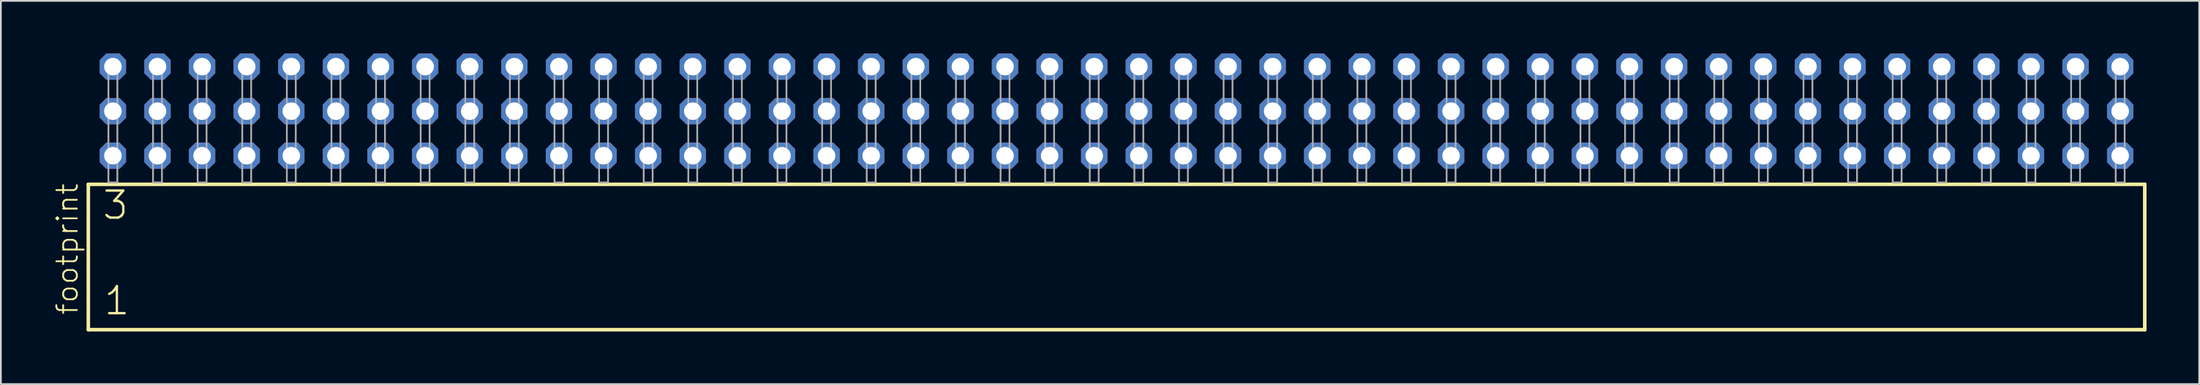
<source format=kicad_pcb>
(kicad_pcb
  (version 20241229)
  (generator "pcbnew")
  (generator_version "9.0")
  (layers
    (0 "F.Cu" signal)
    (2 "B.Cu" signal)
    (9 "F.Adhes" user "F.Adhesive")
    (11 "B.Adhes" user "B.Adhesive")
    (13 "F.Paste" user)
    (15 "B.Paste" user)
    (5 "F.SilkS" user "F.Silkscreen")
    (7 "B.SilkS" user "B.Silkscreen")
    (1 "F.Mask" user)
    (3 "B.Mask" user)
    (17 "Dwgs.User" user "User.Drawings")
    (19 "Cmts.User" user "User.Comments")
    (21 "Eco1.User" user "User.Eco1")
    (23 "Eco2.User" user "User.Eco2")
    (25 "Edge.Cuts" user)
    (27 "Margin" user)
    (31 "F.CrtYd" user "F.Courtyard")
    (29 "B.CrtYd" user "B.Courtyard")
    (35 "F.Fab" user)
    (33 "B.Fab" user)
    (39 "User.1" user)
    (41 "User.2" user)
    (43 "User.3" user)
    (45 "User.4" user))
  (footprint "footprint"
    (layer "F.Cu")
    (at 60.528 7.354)
    (property "Reference" "footprint" (at -59.055 7.62 90) (layer "F.SilkS") (effects (font (size 1.168 1.168) (thickness 0.102)) (justify left bottom)))
    (fp_line (start -58.549 0.106) (end -58.549 8.396) (stroke (width 0.203) (type solid)) (layer "F.SilkS"))
    (fp_line (start -58.549 8.396) (end 58.549 8.396) (stroke (width 0.203) (type solid)) (layer "F.SilkS"))
    (fp_line (start 58.549 0.106) (end -58.549 0.106) (stroke (width 0.203) (type solid)) (layer "F.SilkS"))
    (fp_line (start 58.549 8.396) (end 58.549 0.106) (stroke (width 0.203) (type solid)) (layer "F.SilkS"))
    (fp_poly (pts (xy -57.404 0) (xy -56.896 0) (xy -56.896 -6.858) (xy -57.404 -6.858)) (stroke (width 0.1) (type solid)) (fill no) (layer "F.Fab"))
    (fp_poly (pts (xy -54.864 0) (xy -54.356 0) (xy -54.356 -6.858) (xy -54.864 -6.858)) (stroke (width 0.1) (type solid)) (fill no) (layer "F.Fab"))
    (fp_poly (pts (xy -52.324 0) (xy -51.816 0) (xy -51.816 -6.858) (xy -52.324 -6.858)) (stroke (width 0.1) (type solid)) (fill no) (layer "F.Fab"))
    (fp_poly (pts (xy -49.784 0) (xy -49.276 0) (xy -49.276 -6.858) (xy -49.784 -6.858)) (stroke (width 0.1) (type solid)) (fill no) (layer "F.Fab"))
    (fp_poly (pts (xy -47.244 0) (xy -46.736 0) (xy -46.736 -6.858) (xy -47.244 -6.858)) (stroke (width 0.1) (type solid)) (fill no) (layer "F.Fab"))
    (fp_poly (pts (xy -44.704 0) (xy -44.196 0) (xy -44.196 -6.858) (xy -44.704 -6.858)) (stroke (width 0.1) (type solid)) (fill no) (layer "F.Fab"))
    (fp_poly (pts (xy -42.164 0) (xy -41.656 0) (xy -41.656 -6.858) (xy -42.164 -6.858)) (stroke (width 0.1) (type solid)) (fill no) (layer "F.Fab"))
    (fp_poly (pts (xy -39.624 0) (xy -39.116 0) (xy -39.116 -6.858) (xy -39.624 -6.858)) (stroke (width 0.1) (type solid)) (fill no) (layer "F.Fab"))
    (fp_poly (pts (xy -37.084 0) (xy -36.576 0) (xy -36.576 -6.858) (xy -37.084 -6.858)) (stroke (width 0.1) (type solid)) (fill no) (layer "F.Fab"))
    (fp_poly (pts (xy -34.544 0) (xy -34.036 0) (xy -34.036 -6.858) (xy -34.544 -6.858)) (stroke (width 0.1) (type solid)) (fill no) (layer "F.Fab"))
    (fp_poly (pts (xy -32.004 0) (xy -31.496 0) (xy -31.496 -6.858) (xy -32.004 -6.858)) (stroke (width 0.1) (type solid)) (fill no) (layer "F.Fab"))
    (fp_poly (pts (xy -29.464 0) (xy -28.956 0) (xy -28.956 -6.858) (xy -29.464 -6.858)) (stroke (width 0.1) (type solid)) (fill no) (layer "F.Fab"))
    (fp_poly (pts (xy -26.924 0) (xy -26.416 0) (xy -26.416 -6.858) (xy -26.924 -6.858)) (stroke (width 0.1) (type solid)) (fill no) (layer "F.Fab"))
    (fp_poly (pts (xy -24.384 0) (xy -23.876 0) (xy -23.876 -6.858) (xy -24.384 -6.858)) (stroke (width 0.1) (type solid)) (fill no) (layer "F.Fab"))
    (fp_poly (pts (xy -21.844 0) (xy -21.336 0) (xy -21.336 -6.858) (xy -21.844 -6.858)) (stroke (width 0.1) (type solid)) (fill no) (layer "F.Fab"))
    (fp_poly (pts (xy -19.304 0) (xy -18.796 0) (xy -18.796 -6.858) (xy -19.304 -6.858)) (stroke (width 0.1) (type solid)) (fill no) (layer "F.Fab"))
    (fp_poly (pts (xy -16.764 0) (xy -16.256 0) (xy -16.256 -6.858) (xy -16.764 -6.858)) (stroke (width 0.1) (type solid)) (fill no) (layer "F.Fab"))
    (fp_poly (pts (xy -14.224 0) (xy -13.716 0) (xy -13.716 -6.858) (xy -14.224 -6.858)) (stroke (width 0.1) (type solid)) (fill no) (layer "F.Fab"))
    (fp_poly (pts (xy -11.684 0) (xy -11.176 0) (xy -11.176 -6.858) (xy -11.684 -6.858)) (stroke (width 0.1) (type solid)) (fill no) (layer "F.Fab"))
    (fp_poly (pts (xy -9.144 0) (xy -8.636 0) (xy -8.636 -6.858) (xy -9.144 -6.858)) (stroke (width 0.1) (type solid)) (fill no) (layer "F.Fab"))
    (fp_poly (pts (xy -6.604 0) (xy -6.096 0) (xy -6.096 -6.858) (xy -6.604 -6.858)) (stroke (width 0.1) (type solid)) (fill no) (layer "F.Fab"))
    (fp_poly (pts (xy -4.064 0) (xy -3.556 0) (xy -3.556 -6.858) (xy -4.064 -6.858)) (stroke (width 0.1) (type solid)) (fill no) (layer "F.Fab"))
    (fp_poly (pts (xy -1.524 0) (xy -1.016 0) (xy -1.016 -6.858) (xy -1.524 -6.858)) (stroke (width 0.1) (type solid)) (fill no) (layer "F.Fab"))
    (fp_poly (pts (xy 1.016 0) (xy 1.524 0) (xy 1.524 -6.858) (xy 1.016 -6.858)) (stroke (width 0.1) (type solid)) (fill no) (layer "F.Fab"))
    (fp_poly (pts (xy 3.556 0) (xy 4.064 0) (xy 4.064 -6.858) (xy 3.556 -6.858)) (stroke (width 0.1) (type solid)) (fill no) (layer "F.Fab"))
    (fp_poly (pts (xy 6.096 0) (xy 6.604 0) (xy 6.604 -6.858) (xy 6.096 -6.858)) (stroke (width 0.1) (type solid)) (fill no) (layer "F.Fab"))
    (fp_poly (pts (xy 8.636 0) (xy 9.144 0) (xy 9.144 -6.858) (xy 8.636 -6.858)) (stroke (width 0.1) (type solid)) (fill no) (layer "F.Fab"))
    (fp_poly (pts (xy 11.176 0) (xy 11.684 0) (xy 11.684 -6.858) (xy 11.176 -6.858)) (stroke (width 0.1) (type solid)) (fill no) (layer "F.Fab"))
    (fp_poly (pts (xy 13.716 0) (xy 14.224 0) (xy 14.224 -6.858) (xy 13.716 -6.858)) (stroke (width 0.1) (type solid)) (fill no) (layer "F.Fab"))
    (fp_poly (pts (xy 16.256 0) (xy 16.764 0) (xy 16.764 -6.858) (xy 16.256 -6.858)) (stroke (width 0.1) (type solid)) (fill no) (layer "F.Fab"))
    (fp_poly (pts (xy 18.796 0) (xy 19.304 0) (xy 19.304 -6.858) (xy 18.796 -6.858)) (stroke (width 0.1) (type solid)) (fill no) (layer "F.Fab"))
    (fp_poly (pts (xy 21.336 0) (xy 21.844 0) (xy 21.844 -6.858) (xy 21.336 -6.858)) (stroke (width 0.1) (type solid)) (fill no) (layer "F.Fab"))
    (fp_poly (pts (xy 23.876 0) (xy 24.384 0) (xy 24.384 -6.858) (xy 23.876 -6.858)) (stroke (width 0.1) (type solid)) (fill no) (layer "F.Fab"))
    (fp_poly (pts (xy 26.416 0) (xy 26.924 0) (xy 26.924 -6.858) (xy 26.416 -6.858)) (stroke (width 0.1) (type solid)) (fill no) (layer "F.Fab"))
    (fp_poly (pts (xy 28.956 0) (xy 29.464 0) (xy 29.464 -6.858) (xy 28.956 -6.858)) (stroke (width 0.1) (type solid)) (fill no) (layer "F.Fab"))
    (fp_poly (pts (xy 31.496 0) (xy 32.004 0) (xy 32.004 -6.858) (xy 31.496 -6.858)) (stroke (width 0.1) (type solid)) (fill no) (layer "F.Fab"))
    (fp_poly (pts (xy 34.036 0) (xy 34.544 0) (xy 34.544 -6.858) (xy 34.036 -6.858)) (stroke (width 0.1) (type solid)) (fill no) (layer "F.Fab"))
    (fp_poly (pts (xy 36.576 0) (xy 37.084 0) (xy 37.084 -6.858) (xy 36.576 -6.858)) (stroke (width 0.1) (type solid)) (fill no) (layer "F.Fab"))
    (fp_poly (pts (xy 39.116 0) (xy 39.624 0) (xy 39.624 -6.858) (xy 39.116 -6.858)) (stroke (width 0.1) (type solid)) (fill no) (layer "F.Fab"))
    (fp_poly (pts (xy 41.656 0) (xy 42.164 0) (xy 42.164 -6.858) (xy 41.656 -6.858)) (stroke (width 0.1) (type solid)) (fill no) (layer "F.Fab"))
    (fp_poly (pts (xy 44.196 0) (xy 44.704 0) (xy 44.704 -6.858) (xy 44.196 -6.858)) (stroke (width 0.1) (type solid)) (fill no) (layer "F.Fab"))
    (fp_poly (pts (xy 46.736 0) (xy 47.244 0) (xy 47.244 -6.858) (xy 46.736 -6.858)) (stroke (width 0.1) (type solid)) (fill no) (layer "F.Fab"))
    (fp_poly (pts (xy 49.276 0) (xy 49.784 0) (xy 49.784 -6.858) (xy 49.276 -6.858)) (stroke (width 0.1) (type solid)) (fill no) (layer "F.Fab"))
    (fp_poly (pts (xy 51.816 0) (xy 52.324 0) (xy 52.324 -6.858) (xy 51.816 -6.858)) (stroke (width 0.1) (type solid)) (fill no) (layer "F.Fab"))
    (fp_poly (pts (xy 54.356 0) (xy 54.864 0) (xy 54.864 -6.858) (xy 54.356 -6.858)) (stroke (width 0.1) (type solid)) (fill no) (layer "F.Fab"))
    (fp_poly (pts (xy 56.896 0) (xy 57.404 0) (xy 57.404 -6.858) (xy 56.896 -6.858)) (stroke (width 0.1) (type solid)) (fill no) (layer "F.Fab"))
    (fp_text user "3" (at -57.82 2.2 0) (layer "F.SilkS") (effects (font (size 1.542 1.542) (thickness 0.134)) (justify left bottom)))
    (fp_text user "1" (at -57.745 7.65 0) (layer "F.SilkS") (effects (font (size 1.542 1.542) (thickness 0.134)) (justify left bottom)))
    (pad "1" thru_hole roundrect (at -57.15 -1.524) (size 1.5 1.5) (drill 1) (layers "*.Cu" "*.Mask") (roundrect_rratio 0.25) (chamfer_ratio 0.25) (chamfer top_left top_right bottom_left bottom_right))
    (pad "2" thru_hole roundrect (at -57.15 -4.064) (size 1.5 1.5) (drill 1) (layers "*.Cu" "*.Mask") (roundrect_rratio 0.25) (chamfer_ratio 0.25) (chamfer top_left top_right bottom_left bottom_right))
    (pad "3" thru_hole roundrect (at -57.15 -6.604) (size 1.5 1.5) (drill 1) (layers "*.Cu" "*.Mask") (roundrect_rratio 0.25) (chamfer_ratio 0.25) (chamfer top_left top_right bottom_left bottom_right))
    (pad "4" thru_hole roundrect (at -54.61 -1.524) (size 1.5 1.5) (drill 1) (layers "*.Cu" "*.Mask") (roundrect_rratio 0.25) (chamfer_ratio 0.25) (chamfer top_left top_right bottom_left bottom_right))
    (pad "5" thru_hole roundrect (at -54.61 -4.064) (size 1.5 1.5) (drill 1) (layers "*.Cu" "*.Mask") (roundrect_rratio 0.25) (chamfer_ratio 0.25) (chamfer top_left top_right bottom_left bottom_right))
    (pad "6" thru_hole roundrect (at -54.61 -6.604) (size 1.5 1.5) (drill 1) (layers "*.Cu" "*.Mask") (roundrect_rratio 0.25) (chamfer_ratio 0.25) (chamfer top_left top_right bottom_left bottom_right))
    (pad "7" thru_hole roundrect (at -52.07 -1.524) (size 1.5 1.5) (drill 1) (layers "*.Cu" "*.Mask") (roundrect_rratio 0.25) (chamfer_ratio 0.25) (chamfer top_left top_right bottom_left bottom_right))
    (pad "8" thru_hole roundrect (at -52.07 -4.064) (size 1.5 1.5) (drill 1) (layers "*.Cu" "*.Mask") (roundrect_rratio 0.25) (chamfer_ratio 0.25) (chamfer top_left top_right bottom_left bottom_right))
    (pad "9" thru_hole roundrect (at -52.07 -6.604) (size 1.5 1.5) (drill 1) (layers "*.Cu" "*.Mask") (roundrect_rratio 0.25) (chamfer_ratio 0.25) (chamfer top_left top_right bottom_left bottom_right))
    (pad "10" thru_hole roundrect (at -49.53 -1.524) (size 1.5 1.5) (drill 1) (layers "*.Cu" "*.Mask") (roundrect_rratio 0.25) (chamfer_ratio 0.25) (chamfer top_left top_right bottom_left bottom_right))
    (pad "11" thru_hole roundrect (at -49.53 -4.064) (size 1.5 1.5) (drill 1) (layers "*.Cu" "*.Mask") (roundrect_rratio 0.25) (chamfer_ratio 0.25) (chamfer top_left top_right bottom_left bottom_right))
    (pad "12" thru_hole roundrect (at -49.53 -6.604) (size 1.5 1.5) (drill 1) (layers "*.Cu" "*.Mask") (roundrect_rratio 0.25) (chamfer_ratio 0.25) (chamfer top_left top_right bottom_left bottom_right))
    (pad "13" thru_hole roundrect (at -46.99 -1.524) (size 1.5 1.5) (drill 1) (layers "*.Cu" "*.Mask") (roundrect_rratio 0.25) (chamfer_ratio 0.25) (chamfer top_left top_right bottom_left bottom_right))
    (pad "14" thru_hole roundrect (at -46.99 -4.064) (size 1.5 1.5) (drill 1) (layers "*.Cu" "*.Mask") (roundrect_rratio 0.25) (chamfer_ratio 0.25) (chamfer top_left top_right bottom_left bottom_right))
    (pad "15" thru_hole roundrect (at -46.99 -6.604) (size 1.5 1.5) (drill 1) (layers "*.Cu" "*.Mask") (roundrect_rratio 0.25) (chamfer_ratio 0.25) (chamfer top_left top_right bottom_left bottom_right))
    (pad "16" thru_hole roundrect (at -44.45 -1.524) (size 1.5 1.5) (drill 1) (layers "*.Cu" "*.Mask") (roundrect_rratio 0.25) (chamfer_ratio 0.25) (chamfer top_left top_right bottom_left bottom_right))
    (pad "17" thru_hole roundrect (at -44.45 -4.064) (size 1.5 1.5) (drill 1) (layers "*.Cu" "*.Mask") (roundrect_rratio 0.25) (chamfer_ratio 0.25) (chamfer top_left top_right bottom_left bottom_right))
    (pad "18" thru_hole roundrect (at -44.45 -6.604) (size 1.5 1.5) (drill 1) (layers "*.Cu" "*.Mask") (roundrect_rratio 0.25) (chamfer_ratio 0.25) (chamfer top_left top_right bottom_left bottom_right))
    (pad "19" thru_hole roundrect (at -41.91 -1.524) (size 1.5 1.5) (drill 1) (layers "*.Cu" "*.Mask") (roundrect_rratio 0.25) (chamfer_ratio 0.25) (chamfer top_left top_right bottom_left bottom_right))
    (pad "20" thru_hole roundrect (at -41.91 -4.064) (size 1.5 1.5) (drill 1) (layers "*.Cu" "*.Mask") (roundrect_rratio 0.25) (chamfer_ratio 0.25) (chamfer top_left top_right bottom_left bottom_right))
    (pad "21" thru_hole roundrect (at -41.91 -6.604) (size 1.5 1.5) (drill 1) (layers "*.Cu" "*.Mask") (roundrect_rratio 0.25) (chamfer_ratio 0.25) (chamfer top_left top_right bottom_left bottom_right))
    (pad "22" thru_hole roundrect (at -39.37 -1.524) (size 1.5 1.5) (drill 1) (layers "*.Cu" "*.Mask") (roundrect_rratio 0.25) (chamfer_ratio 0.25) (chamfer top_left top_right bottom_left bottom_right))
    (pad "23" thru_hole roundrect (at -39.37 -4.064) (size 1.5 1.5) (drill 1) (layers "*.Cu" "*.Mask") (roundrect_rratio 0.25) (chamfer_ratio 0.25) (chamfer top_left top_right bottom_left bottom_right))
    (pad "24" thru_hole roundrect (at -39.37 -6.604) (size 1.5 1.5) (drill 1) (layers "*.Cu" "*.Mask") (roundrect_rratio 0.25) (chamfer_ratio 0.25) (chamfer top_left top_right bottom_left bottom_right))
    (pad "25" thru_hole roundrect (at -36.83 -1.524) (size 1.5 1.5) (drill 1) (layers "*.Cu" "*.Mask") (roundrect_rratio 0.25) (chamfer_ratio 0.25) (chamfer top_left top_right bottom_left bottom_right))
    (pad "26" thru_hole roundrect (at -36.83 -4.064) (size 1.5 1.5) (drill 1) (layers "*.Cu" "*.Mask") (roundrect_rratio 0.25) (chamfer_ratio 0.25) (chamfer top_left top_right bottom_left bottom_right))
    (pad "27" thru_hole roundrect (at -36.83 -6.604) (size 1.5 1.5) (drill 1) (layers "*.Cu" "*.Mask") (roundrect_rratio 0.25) (chamfer_ratio 0.25) (chamfer top_left top_right bottom_left bottom_right))
    (pad "28" thru_hole roundrect (at -34.29 -1.524) (size 1.5 1.5) (drill 1) (layers "*.Cu" "*.Mask") (roundrect_rratio 0.25) (chamfer_ratio 0.25) (chamfer top_left top_right bottom_left bottom_right))
    (pad "29" thru_hole roundrect (at -34.29 -4.064) (size 1.5 1.5) (drill 1) (layers "*.Cu" "*.Mask") (roundrect_rratio 0.25) (chamfer_ratio 0.25) (chamfer top_left top_right bottom_left bottom_right))
    (pad "30" thru_hole roundrect (at -34.29 -6.604) (size 1.5 1.5) (drill 1) (layers "*.Cu" "*.Mask") (roundrect_rratio 0.25) (chamfer_ratio 0.25) (chamfer top_left top_right bottom_left bottom_right))
    (pad "31" thru_hole roundrect (at -31.75 -1.524) (size 1.5 1.5) (drill 1) (layers "*.Cu" "*.Mask") (roundrect_rratio 0.25) (chamfer_ratio 0.25) (chamfer top_left top_right bottom_left bottom_right))
    (pad "32" thru_hole roundrect (at -31.75 -4.064) (size 1.5 1.5) (drill 1) (layers "*.Cu" "*.Mask") (roundrect_rratio 0.25) (chamfer_ratio 0.25) (chamfer top_left top_right bottom_left bottom_right))
    (pad "33" thru_hole roundrect (at -31.75 -6.604) (size 1.5 1.5) (drill 1) (layers "*.Cu" "*.Mask") (roundrect_rratio 0.25) (chamfer_ratio 0.25) (chamfer top_left top_right bottom_left bottom_right))
    (pad "34" thru_hole roundrect (at -29.21 -1.524) (size 1.5 1.5) (drill 1) (layers "*.Cu" "*.Mask") (roundrect_rratio 0.25) (chamfer_ratio 0.25) (chamfer top_left top_right bottom_left bottom_right))
    (pad "35" thru_hole roundrect (at -29.21 -4.064) (size 1.5 1.5) (drill 1) (layers "*.Cu" "*.Mask") (roundrect_rratio 0.25) (chamfer_ratio 0.25) (chamfer top_left top_right bottom_left bottom_right))
    (pad "36" thru_hole roundrect (at -29.21 -6.604) (size 1.5 1.5) (drill 1) (layers "*.Cu" "*.Mask") (roundrect_rratio 0.25) (chamfer_ratio 0.25) (chamfer top_left top_right bottom_left bottom_right))
    (pad "37" thru_hole roundrect (at -26.67 -1.524) (size 1.5 1.5) (drill 1) (layers "*.Cu" "*.Mask") (roundrect_rratio 0.25) (chamfer_ratio 0.25) (chamfer top_left top_right bottom_left bottom_right))
    (pad "38" thru_hole roundrect (at -26.67 -4.064) (size 1.5 1.5) (drill 1) (layers "*.Cu" "*.Mask") (roundrect_rratio 0.25) (chamfer_ratio 0.25) (chamfer top_left top_right bottom_left bottom_right))
    (pad "39" thru_hole roundrect (at -26.67 -6.604) (size 1.5 1.5) (drill 1) (layers "*.Cu" "*.Mask") (roundrect_rratio 0.25) (chamfer_ratio 0.25) (chamfer top_left top_right bottom_left bottom_right))
    (pad "40" thru_hole roundrect (at -24.13 -1.524) (size 1.5 1.5) (drill 1) (layers "*.Cu" "*.Mask") (roundrect_rratio 0.25) (chamfer_ratio 0.25) (chamfer top_left top_right bottom_left bottom_right))
    (pad "41" thru_hole roundrect (at -24.13 -4.064) (size 1.5 1.5) (drill 1) (layers "*.Cu" "*.Mask") (roundrect_rratio 0.25) (chamfer_ratio 0.25) (chamfer top_left top_right bottom_left bottom_right))
    (pad "42" thru_hole roundrect (at -24.13 -6.604) (size 1.5 1.5) (drill 1) (layers "*.Cu" "*.Mask") (roundrect_rratio 0.25) (chamfer_ratio 0.25) (chamfer top_left top_right bottom_left bottom_right))
    (pad "43" thru_hole roundrect (at -21.59 -1.524) (size 1.5 1.5) (drill 1) (layers "*.Cu" "*.Mask") (roundrect_rratio 0.25) (chamfer_ratio 0.25) (chamfer top_left top_right bottom_left bottom_right))
    (pad "44" thru_hole roundrect (at -21.59 -4.064) (size 1.5 1.5) (drill 1) (layers "*.Cu" "*.Mask") (roundrect_rratio 0.25) (chamfer_ratio 0.25) (chamfer top_left top_right bottom_left bottom_right))
    (pad "45" thru_hole roundrect (at -21.59 -6.604) (size 1.5 1.5) (drill 1) (layers "*.Cu" "*.Mask") (roundrect_rratio 0.25) (chamfer_ratio 0.25) (chamfer top_left top_right bottom_left bottom_right))
    (pad "46" thru_hole roundrect (at -19.05 -1.524) (size 1.5 1.5) (drill 1) (layers "*.Cu" "*.Mask") (roundrect_rratio 0.25) (chamfer_ratio 0.25) (chamfer top_left top_right bottom_left bottom_right))
    (pad "47" thru_hole roundrect (at -19.05 -4.064) (size 1.5 1.5) (drill 1) (layers "*.Cu" "*.Mask") (roundrect_rratio 0.25) (chamfer_ratio 0.25) (chamfer top_left top_right bottom_left bottom_right))
    (pad "48" thru_hole roundrect (at -19.05 -6.604) (size 1.5 1.5) (drill 1) (layers "*.Cu" "*.Mask") (roundrect_rratio 0.25) (chamfer_ratio 0.25) (chamfer top_left top_right bottom_left bottom_right))
    (pad "49" thru_hole roundrect (at -16.51 -1.524) (size 1.5 1.5) (drill 1) (layers "*.Cu" "*.Mask") (roundrect_rratio 0.25) (chamfer_ratio 0.25) (chamfer top_left top_right bottom_left bottom_right))
    (pad "50" thru_hole roundrect (at -16.51 -4.064) (size 1.5 1.5) (drill 1) (layers "*.Cu" "*.Mask") (roundrect_rratio 0.25) (chamfer_ratio 0.25) (chamfer top_left top_right bottom_left bottom_right))
    (pad "51" thru_hole roundrect (at -16.51 -6.604) (size 1.5 1.5) (drill 1) (layers "*.Cu" "*.Mask") (roundrect_rratio 0.25) (chamfer_ratio 0.25) (chamfer top_left top_right bottom_left bottom_right))
    (pad "52" thru_hole roundrect (at -13.97 -1.524) (size 1.5 1.5) (drill 1) (layers "*.Cu" "*.Mask") (roundrect_rratio 0.25) (chamfer_ratio 0.25) (chamfer top_left top_right bottom_left bottom_right))
    (pad "53" thru_hole roundrect (at -13.97 -4.064) (size 1.5 1.5) (drill 1) (layers "*.Cu" "*.Mask") (roundrect_rratio 0.25) (chamfer_ratio 0.25) (chamfer top_left top_right bottom_left bottom_right))
    (pad "54" thru_hole roundrect (at -13.97 -6.604) (size 1.5 1.5) (drill 1) (layers "*.Cu" "*.Mask") (roundrect_rratio 0.25) (chamfer_ratio 0.25) (chamfer top_left top_right bottom_left bottom_right))
    (pad "55" thru_hole roundrect (at -11.43 -1.524) (size 1.5 1.5) (drill 1) (layers "*.Cu" "*.Mask") (roundrect_rratio 0.25) (chamfer_ratio 0.25) (chamfer top_left top_right bottom_left bottom_right))
    (pad "56" thru_hole roundrect (at -11.43 -4.064) (size 1.5 1.5) (drill 1) (layers "*.Cu" "*.Mask") (roundrect_rratio 0.25) (chamfer_ratio 0.25) (chamfer top_left top_right bottom_left bottom_right))
    (pad "57" thru_hole roundrect (at -11.43 -6.604) (size 1.5 1.5) (drill 1) (layers "*.Cu" "*.Mask") (roundrect_rratio 0.25) (chamfer_ratio 0.25) (chamfer top_left top_right bottom_left bottom_right))
    (pad "58" thru_hole roundrect (at -8.89 -1.524) (size 1.5 1.5) (drill 1) (layers "*.Cu" "*.Mask") (roundrect_rratio 0.25) (chamfer_ratio 0.25) (chamfer top_left top_right bottom_left bottom_right))
    (pad "59" thru_hole roundrect (at -8.89 -4.064) (size 1.5 1.5) (drill 1) (layers "*.Cu" "*.Mask") (roundrect_rratio 0.25) (chamfer_ratio 0.25) (chamfer top_left top_right bottom_left bottom_right))
    (pad "60" thru_hole roundrect (at -8.89 -6.604) (size 1.5 1.5) (drill 1) (layers "*.Cu" "*.Mask") (roundrect_rratio 0.25) (chamfer_ratio 0.25) (chamfer top_left top_right bottom_left bottom_right))
    (pad "61" thru_hole roundrect (at -6.35 -1.524) (size 1.5 1.5) (drill 1) (layers "*.Cu" "*.Mask") (roundrect_rratio 0.25) (chamfer_ratio 0.25) (chamfer top_left top_right bottom_left bottom_right))
    (pad "62" thru_hole roundrect (at -6.35 -4.064) (size 1.5 1.5) (drill 1) (layers "*.Cu" "*.Mask") (roundrect_rratio 0.25) (chamfer_ratio 0.25) (chamfer top_left top_right bottom_left bottom_right))
    (pad "63" thru_hole roundrect (at -6.35 -6.604) (size 1.5 1.5) (drill 1) (layers "*.Cu" "*.Mask") (roundrect_rratio 0.25) (chamfer_ratio 0.25) (chamfer top_left top_right bottom_left bottom_right))
    (pad "64" thru_hole roundrect (at -3.81 -1.524) (size 1.5 1.5) (drill 1) (layers "*.Cu" "*.Mask") (roundrect_rratio 0.25) (chamfer_ratio 0.25) (chamfer top_left top_right bottom_left bottom_right))
    (pad "65" thru_hole roundrect (at -3.81 -4.064) (size 1.5 1.5) (drill 1) (layers "*.Cu" "*.Mask") (roundrect_rratio 0.25) (chamfer_ratio 0.25) (chamfer top_left top_right bottom_left bottom_right))
    (pad "66" thru_hole roundrect (at -3.81 -6.604) (size 1.5 1.5) (drill 1) (layers "*.Cu" "*.Mask") (roundrect_rratio 0.25) (chamfer_ratio 0.25) (chamfer top_left top_right bottom_left bottom_right))
    (pad "67" thru_hole roundrect (at -1.27 -1.524) (size 1.5 1.5) (drill 1) (layers "*.Cu" "*.Mask") (roundrect_rratio 0.25) (chamfer_ratio 0.25) (chamfer top_left top_right bottom_left bottom_right))
    (pad "68" thru_hole roundrect (at -1.27 -4.064) (size 1.5 1.5) (drill 1) (layers "*.Cu" "*.Mask") (roundrect_rratio 0.25) (chamfer_ratio 0.25) (chamfer top_left top_right bottom_left bottom_right))
    (pad "69" thru_hole roundrect (at -1.27 -6.604) (size 1.5 1.5) (drill 1) (layers "*.Cu" "*.Mask") (roundrect_rratio 0.25) (chamfer_ratio 0.25) (chamfer top_left top_right bottom_left bottom_right))
    (pad "70" thru_hole roundrect (at 1.27 -1.524) (size 1.5 1.5) (drill 1) (layers "*.Cu" "*.Mask") (roundrect_rratio 0.25) (chamfer_ratio 0.25) (chamfer top_left top_right bottom_left bottom_right))
    (pad "71" thru_hole roundrect (at 1.27 -4.064) (size 1.5 1.5) (drill 1) (layers "*.Cu" "*.Mask") (roundrect_rratio 0.25) (chamfer_ratio 0.25) (chamfer top_left top_right bottom_left bottom_right))
    (pad "72" thru_hole roundrect (at 1.27 -6.604) (size 1.5 1.5) (drill 1) (layers "*.Cu" "*.Mask") (roundrect_rratio 0.25) (chamfer_ratio 0.25) (chamfer top_left top_right bottom_left bottom_right))
    (pad "73" thru_hole roundrect (at 3.81 -1.524) (size 1.5 1.5) (drill 1) (layers "*.Cu" "*.Mask") (roundrect_rratio 0.25) (chamfer_ratio 0.25) (chamfer top_left top_right bottom_left bottom_right))
    (pad "74" thru_hole roundrect (at 3.81 -4.064) (size 1.5 1.5) (drill 1) (layers "*.Cu" "*.Mask") (roundrect_rratio 0.25) (chamfer_ratio 0.25) (chamfer top_left top_right bottom_left bottom_right))
    (pad "75" thru_hole roundrect (at 3.81 -6.604) (size 1.5 1.5) (drill 1) (layers "*.Cu" "*.Mask") (roundrect_rratio 0.25) (chamfer_ratio 0.25) (chamfer top_left top_right bottom_left bottom_right))
    (pad "76" thru_hole roundrect (at 6.35 -1.524) (size 1.5 1.5) (drill 1) (layers "*.Cu" "*.Mask") (roundrect_rratio 0.25) (chamfer_ratio 0.25) (chamfer top_left top_right bottom_left bottom_right))
    (pad "77" thru_hole roundrect (at 6.35 -4.064) (size 1.5 1.5) (drill 1) (layers "*.Cu" "*.Mask") (roundrect_rratio 0.25) (chamfer_ratio 0.25) (chamfer top_left top_right bottom_left bottom_right))
    (pad "78" thru_hole roundrect (at 6.35 -6.604) (size 1.5 1.5) (drill 1) (layers "*.Cu" "*.Mask") (roundrect_rratio 0.25) (chamfer_ratio 0.25) (chamfer top_left top_right bottom_left bottom_right))
    (pad "79" thru_hole roundrect (at 8.89 -1.524) (size 1.5 1.5) (drill 1) (layers "*.Cu" "*.Mask") (roundrect_rratio 0.25) (chamfer_ratio 0.25) (chamfer top_left top_right bottom_left bottom_right))
    (pad "80" thru_hole roundrect (at 8.89 -4.064) (size 1.5 1.5) (drill 1) (layers "*.Cu" "*.Mask") (roundrect_rratio 0.25) (chamfer_ratio 0.25) (chamfer top_left top_right bottom_left bottom_right))
    (pad "81" thru_hole roundrect (at 8.89 -6.604) (size 1.5 1.5) (drill 1) (layers "*.Cu" "*.Mask") (roundrect_rratio 0.25) (chamfer_ratio 0.25) (chamfer top_left top_right bottom_left bottom_right))
    (pad "82" thru_hole roundrect (at 11.43 -1.524) (size 1.5 1.5) (drill 1) (layers "*.Cu" "*.Mask") (roundrect_rratio 0.25) (chamfer_ratio 0.25) (chamfer top_left top_right bottom_left bottom_right))
    (pad "83" thru_hole roundrect (at 11.43 -4.064) (size 1.5 1.5) (drill 1) (layers "*.Cu" "*.Mask") (roundrect_rratio 0.25) (chamfer_ratio 0.25) (chamfer top_left top_right bottom_left bottom_right))
    (pad "84" thru_hole roundrect (at 11.43 -6.604) (size 1.5 1.5) (drill 1) (layers "*.Cu" "*.Mask") (roundrect_rratio 0.25) (chamfer_ratio 0.25) (chamfer top_left top_right bottom_left bottom_right))
    (pad "85" thru_hole roundrect (at 13.97 -1.524) (size 1.5 1.5) (drill 1) (layers "*.Cu" "*.Mask") (roundrect_rratio 0.25) (chamfer_ratio 0.25) (chamfer top_left top_right bottom_left bottom_right))
    (pad "86" thru_hole roundrect (at 13.97 -4.064) (size 1.5 1.5) (drill 1) (layers "*.Cu" "*.Mask") (roundrect_rratio 0.25) (chamfer_ratio 0.25) (chamfer top_left top_right bottom_left bottom_right))
    (pad "87" thru_hole roundrect (at 13.97 -6.604) (size 1.5 1.5) (drill 1) (layers "*.Cu" "*.Mask") (roundrect_rratio 0.25) (chamfer_ratio 0.25) (chamfer top_left top_right bottom_left bottom_right))
    (pad "88" thru_hole roundrect (at 16.51 -1.524) (size 1.5 1.5) (drill 1) (layers "*.Cu" "*.Mask") (roundrect_rratio 0.25) (chamfer_ratio 0.25) (chamfer top_left top_right bottom_left bottom_right))
    (pad "89" thru_hole roundrect (at 16.51 -4.064) (size 1.5 1.5) (drill 1) (layers "*.Cu" "*.Mask") (roundrect_rratio 0.25) (chamfer_ratio 0.25) (chamfer top_left top_right bottom_left bottom_right))
    (pad "90" thru_hole roundrect (at 16.51 -6.604) (size 1.5 1.5) (drill 1) (layers "*.Cu" "*.Mask") (roundrect_rratio 0.25) (chamfer_ratio 0.25) (chamfer top_left top_right bottom_left bottom_right))
    (pad "91" thru_hole roundrect (at 19.05 -1.524) (size 1.5 1.5) (drill 1) (layers "*.Cu" "*.Mask") (roundrect_rratio 0.25) (chamfer_ratio 0.25) (chamfer top_left top_right bottom_left bottom_right))
    (pad "92" thru_hole roundrect (at 19.05 -4.064) (size 1.5 1.5) (drill 1) (layers "*.Cu" "*.Mask") (roundrect_rratio 0.25) (chamfer_ratio 0.25) (chamfer top_left top_right bottom_left bottom_right))
    (pad "93" thru_hole roundrect (at 19.05 -6.604) (size 1.5 1.5) (drill 1) (layers "*.Cu" "*.Mask") (roundrect_rratio 0.25) (chamfer_ratio 0.25) (chamfer top_left top_right bottom_left bottom_right))
    (pad "94" thru_hole roundrect (at 21.59 -1.524) (size 1.5 1.5) (drill 1) (layers "*.Cu" "*.Mask") (roundrect_rratio 0.25) (chamfer_ratio 0.25) (chamfer top_left top_right bottom_left bottom_right))
    (pad "95" thru_hole roundrect (at 21.59 -4.064) (size 1.5 1.5) (drill 1) (layers "*.Cu" "*.Mask") (roundrect_rratio 0.25) (chamfer_ratio 0.25) (chamfer top_left top_right bottom_left bottom_right))
    (pad "96" thru_hole roundrect (at 21.59 -6.604) (size 1.5 1.5) (drill 1) (layers "*.Cu" "*.Mask") (roundrect_rratio 0.25) (chamfer_ratio 0.25) (chamfer top_left top_right bottom_left bottom_right))
    (pad "97" thru_hole roundrect (at 24.13 -1.524) (size 1.5 1.5) (drill 1) (layers "*.Cu" "*.Mask") (roundrect_rratio 0.25) (chamfer_ratio 0.25) (chamfer top_left top_right bottom_left bottom_right))
    (pad "98" thru_hole roundrect (at 24.13 -4.064) (size 1.5 1.5) (drill 1) (layers "*.Cu" "*.Mask") (roundrect_rratio 0.25) (chamfer_ratio 0.25) (chamfer top_left top_right bottom_left bottom_right))
    (pad "99" thru_hole roundrect (at 24.13 -6.604) (size 1.5 1.5) (drill 1) (layers "*.Cu" "*.Mask") (roundrect_rratio 0.25) (chamfer_ratio 0.25) (chamfer top_left top_right bottom_left bottom_right))
    (pad "100" thru_hole roundrect (at 26.67 -1.524) (size 1.5 1.5) (drill 1) (layers "*.Cu" "*.Mask") (roundrect_rratio 0.25) (chamfer_ratio 0.25) (chamfer top_left top_right bottom_left bottom_right))
    (pad "101" thru_hole roundrect (at 26.67 -4.064) (size 1.5 1.5) (drill 1) (layers "*.Cu" "*.Mask") (roundrect_rratio 0.25) (chamfer_ratio 0.25) (chamfer top_left top_right bottom_left bottom_right))
    (pad "102" thru_hole roundrect (at 26.67 -6.604) (size 1.5 1.5) (drill 1) (layers "*.Cu" "*.Mask") (roundrect_rratio 0.25) (chamfer_ratio 0.25) (chamfer top_left top_right bottom_left bottom_right))
    (pad "103" thru_hole roundrect (at 29.21 -1.524) (size 1.5 1.5) (drill 1) (layers "*.Cu" "*.Mask") (roundrect_rratio 0.25) (chamfer_ratio 0.25) (chamfer top_left top_right bottom_left bottom_right))
    (pad "104" thru_hole roundrect (at 29.21 -4.064) (size 1.5 1.5) (drill 1) (layers "*.Cu" "*.Mask") (roundrect_rratio 0.25) (chamfer_ratio 0.25) (chamfer top_left top_right bottom_left bottom_right))
    (pad "105" thru_hole roundrect (at 29.21 -6.604) (size 1.5 1.5) (drill 1) (layers "*.Cu" "*.Mask") (roundrect_rratio 0.25) (chamfer_ratio 0.25) (chamfer top_left top_right bottom_left bottom_right))
    (pad "106" thru_hole roundrect (at 31.75 -1.524) (size 1.5 1.5) (drill 1) (layers "*.Cu" "*.Mask") (roundrect_rratio 0.25) (chamfer_ratio 0.25) (chamfer top_left top_right bottom_left bottom_right))
    (pad "107" thru_hole roundrect (at 31.75 -4.064) (size 1.5 1.5) (drill 1) (layers "*.Cu" "*.Mask") (roundrect_rratio 0.25) (chamfer_ratio 0.25) (chamfer top_left top_right bottom_left bottom_right))
    (pad "108" thru_hole roundrect (at 31.75 -6.604) (size 1.5 1.5) (drill 1) (layers "*.Cu" "*.Mask") (roundrect_rratio 0.25) (chamfer_ratio 0.25) (chamfer top_left top_right bottom_left bottom_right))
    (pad "109" thru_hole roundrect (at 34.29 -1.524) (size 1.5 1.5) (drill 1) (layers "*.Cu" "*.Mask") (roundrect_rratio 0.25) (chamfer_ratio 0.25) (chamfer top_left top_right bottom_left bottom_right))
    (pad "110" thru_hole roundrect (at 34.29 -4.064) (size 1.5 1.5) (drill 1) (layers "*.Cu" "*.Mask") (roundrect_rratio 0.25) (chamfer_ratio 0.25) (chamfer top_left top_right bottom_left bottom_right))
    (pad "111" thru_hole roundrect (at 34.29 -6.604) (size 1.5 1.5) (drill 1) (layers "*.Cu" "*.Mask") (roundrect_rratio 0.25) (chamfer_ratio 0.25) (chamfer top_left top_right bottom_left bottom_right))
    (pad "112" thru_hole roundrect (at 36.83 -1.524) (size 1.5 1.5) (drill 1) (layers "*.Cu" "*.Mask") (roundrect_rratio 0.25) (chamfer_ratio 0.25) (chamfer top_left top_right bottom_left bottom_right))
    (pad "113" thru_hole roundrect (at 36.83 -4.064) (size 1.5 1.5) (drill 1) (layers "*.Cu" "*.Mask") (roundrect_rratio 0.25) (chamfer_ratio 0.25) (chamfer top_left top_right bottom_left bottom_right))
    (pad "114" thru_hole roundrect (at 36.83 -6.604) (size 1.5 1.5) (drill 1) (layers "*.Cu" "*.Mask") (roundrect_rratio 0.25) (chamfer_ratio 0.25) (chamfer top_left top_right bottom_left bottom_right))
    (pad "115" thru_hole roundrect (at 39.37 -1.524) (size 1.5 1.5) (drill 1) (layers "*.Cu" "*.Mask") (roundrect_rratio 0.25) (chamfer_ratio 0.25) (chamfer top_left top_right bottom_left bottom_right))
    (pad "116" thru_hole roundrect (at 39.37 -4.064) (size 1.5 1.5) (drill 1) (layers "*.Cu" "*.Mask") (roundrect_rratio 0.25) (chamfer_ratio 0.25) (chamfer top_left top_right bottom_left bottom_right))
    (pad "117" thru_hole roundrect (at 39.37 -6.604) (size 1.5 1.5) (drill 1) (layers "*.Cu" "*.Mask") (roundrect_rratio 0.25) (chamfer_ratio 0.25) (chamfer top_left top_right bottom_left bottom_right))
    (pad "118" thru_hole roundrect (at 41.91 -1.524) (size 1.5 1.5) (drill 1) (layers "*.Cu" "*.Mask") (roundrect_rratio 0.25) (chamfer_ratio 0.25) (chamfer top_left top_right bottom_left bottom_right))
    (pad "119" thru_hole roundrect (at 41.91 -4.064) (size 1.5 1.5) (drill 1) (layers "*.Cu" "*.Mask") (roundrect_rratio 0.25) (chamfer_ratio 0.25) (chamfer top_left top_right bottom_left bottom_right))
    (pad "120" thru_hole roundrect (at 41.91 -6.604) (size 1.5 1.5) (drill 1) (layers "*.Cu" "*.Mask") (roundrect_rratio 0.25) (chamfer_ratio 0.25) (chamfer top_left top_right bottom_left bottom_right))
    (pad "121" thru_hole roundrect (at 44.45 -1.524) (size 1.5 1.5) (drill 1) (layers "*.Cu" "*.Mask") (roundrect_rratio 0.25) (chamfer_ratio 0.25) (chamfer top_left top_right bottom_left bottom_right))
    (pad "122" thru_hole roundrect (at 44.45 -4.064) (size 1.5 1.5) (drill 1) (layers "*.Cu" "*.Mask") (roundrect_rratio 0.25) (chamfer_ratio 0.25) (chamfer top_left top_right bottom_left bottom_right))
    (pad "123" thru_hole roundrect (at 44.45 -6.604) (size 1.5 1.5) (drill 1) (layers "*.Cu" "*.Mask") (roundrect_rratio 0.25) (chamfer_ratio 0.25) (chamfer top_left top_right bottom_left bottom_right))
    (pad "124" thru_hole roundrect (at 46.99 -1.524) (size 1.5 1.5) (drill 1) (layers "*.Cu" "*.Mask") (roundrect_rratio 0.25) (chamfer_ratio 0.25) (chamfer top_left top_right bottom_left bottom_right))
    (pad "125" thru_hole roundrect (at 46.99 -4.064) (size 1.5 1.5) (drill 1) (layers "*.Cu" "*.Mask") (roundrect_rratio 0.25) (chamfer_ratio 0.25) (chamfer top_left top_right bottom_left bottom_right))
    (pad "126" thru_hole roundrect (at 46.99 -6.604) (size 1.5 1.5) (drill 1) (layers "*.Cu" "*.Mask") (roundrect_rratio 0.25) (chamfer_ratio 0.25) (chamfer top_left top_right bottom_left bottom_right))
    (pad "127" thru_hole roundrect (at 49.53 -1.524) (size 1.5 1.5) (drill 1) (layers "*.Cu" "*.Mask") (roundrect_rratio 0.25) (chamfer_ratio 0.25) (chamfer top_left top_right bottom_left bottom_right))
    (pad "128" thru_hole roundrect (at 49.53 -4.064) (size 1.5 1.5) (drill 1) (layers "*.Cu" "*.Mask") (roundrect_rratio 0.25) (chamfer_ratio 0.25) (chamfer top_left top_right bottom_left bottom_right))
    (pad "129" thru_hole roundrect (at 49.53 -6.604) (size 1.5 1.5) (drill 1) (layers "*.Cu" "*.Mask") (roundrect_rratio 0.25) (chamfer_ratio 0.25) (chamfer top_left top_right bottom_left bottom_right))
    (pad "130" thru_hole roundrect (at 52.07 -1.524) (size 1.5 1.5) (drill 1) (layers "*.Cu" "*.Mask") (roundrect_rratio 0.25) (chamfer_ratio 0.25) (chamfer top_left top_right bottom_left bottom_right))
    (pad "131" thru_hole roundrect (at 52.07 -4.064) (size 1.5 1.5) (drill 1) (layers "*.Cu" "*.Mask") (roundrect_rratio 0.25) (chamfer_ratio 0.25) (chamfer top_left top_right bottom_left bottom_right))
    (pad "132" thru_hole roundrect (at 52.07 -6.604) (size 1.5 1.5) (drill 1) (layers "*.Cu" "*.Mask") (roundrect_rratio 0.25) (chamfer_ratio 0.25) (chamfer top_left top_right bottom_left bottom_right))
    (pad "133" thru_hole roundrect (at 54.61 -1.524) (size 1.5 1.5) (drill 1) (layers "*.Cu" "*.Mask") (roundrect_rratio 0.25) (chamfer_ratio 0.25) (chamfer top_left top_right bottom_left bottom_right))
    (pad "134" thru_hole roundrect (at 54.61 -4.064) (size 1.5 1.5) (drill 1) (layers "*.Cu" "*.Mask") (roundrect_rratio 0.25) (chamfer_ratio 0.25) (chamfer top_left top_right bottom_left bottom_right))
    (pad "135" thru_hole roundrect (at 54.61 -6.604) (size 1.5 1.5) (drill 1) (layers "*.Cu" "*.Mask") (roundrect_rratio 0.25) (chamfer_ratio 0.25) (chamfer top_left top_right bottom_left bottom_right))
    (pad "136" thru_hole roundrect (at 57.15 -1.524) (size 1.5 1.5) (drill 1) (layers "*.Cu" "*.Mask") (roundrect_rratio 0.25) (chamfer_ratio 0.25) (chamfer top_left top_right bottom_left bottom_right))
    (pad "137" thru_hole roundrect (at 57.15 -4.064) (size 1.5 1.5) (drill 1) (layers "*.Cu" "*.Mask") (roundrect_rratio 0.25) (chamfer_ratio 0.25) (chamfer top_left top_right bottom_left bottom_right))
    (pad "138" thru_hole roundrect (at 57.15 -6.604) (size 1.5 1.5) (drill 1) (layers "*.Cu" "*.Mask") (roundrect_rratio 0.25) (chamfer_ratio 0.25) (chamfer top_left top_right bottom_left bottom_right)))
  (gr_rect
    (start -3 -3)
    (end 122.179 18.852)
    (stroke (width 0.1) (type default))
    (fill no)
    (layer "Edge.Cuts")))
</source>
